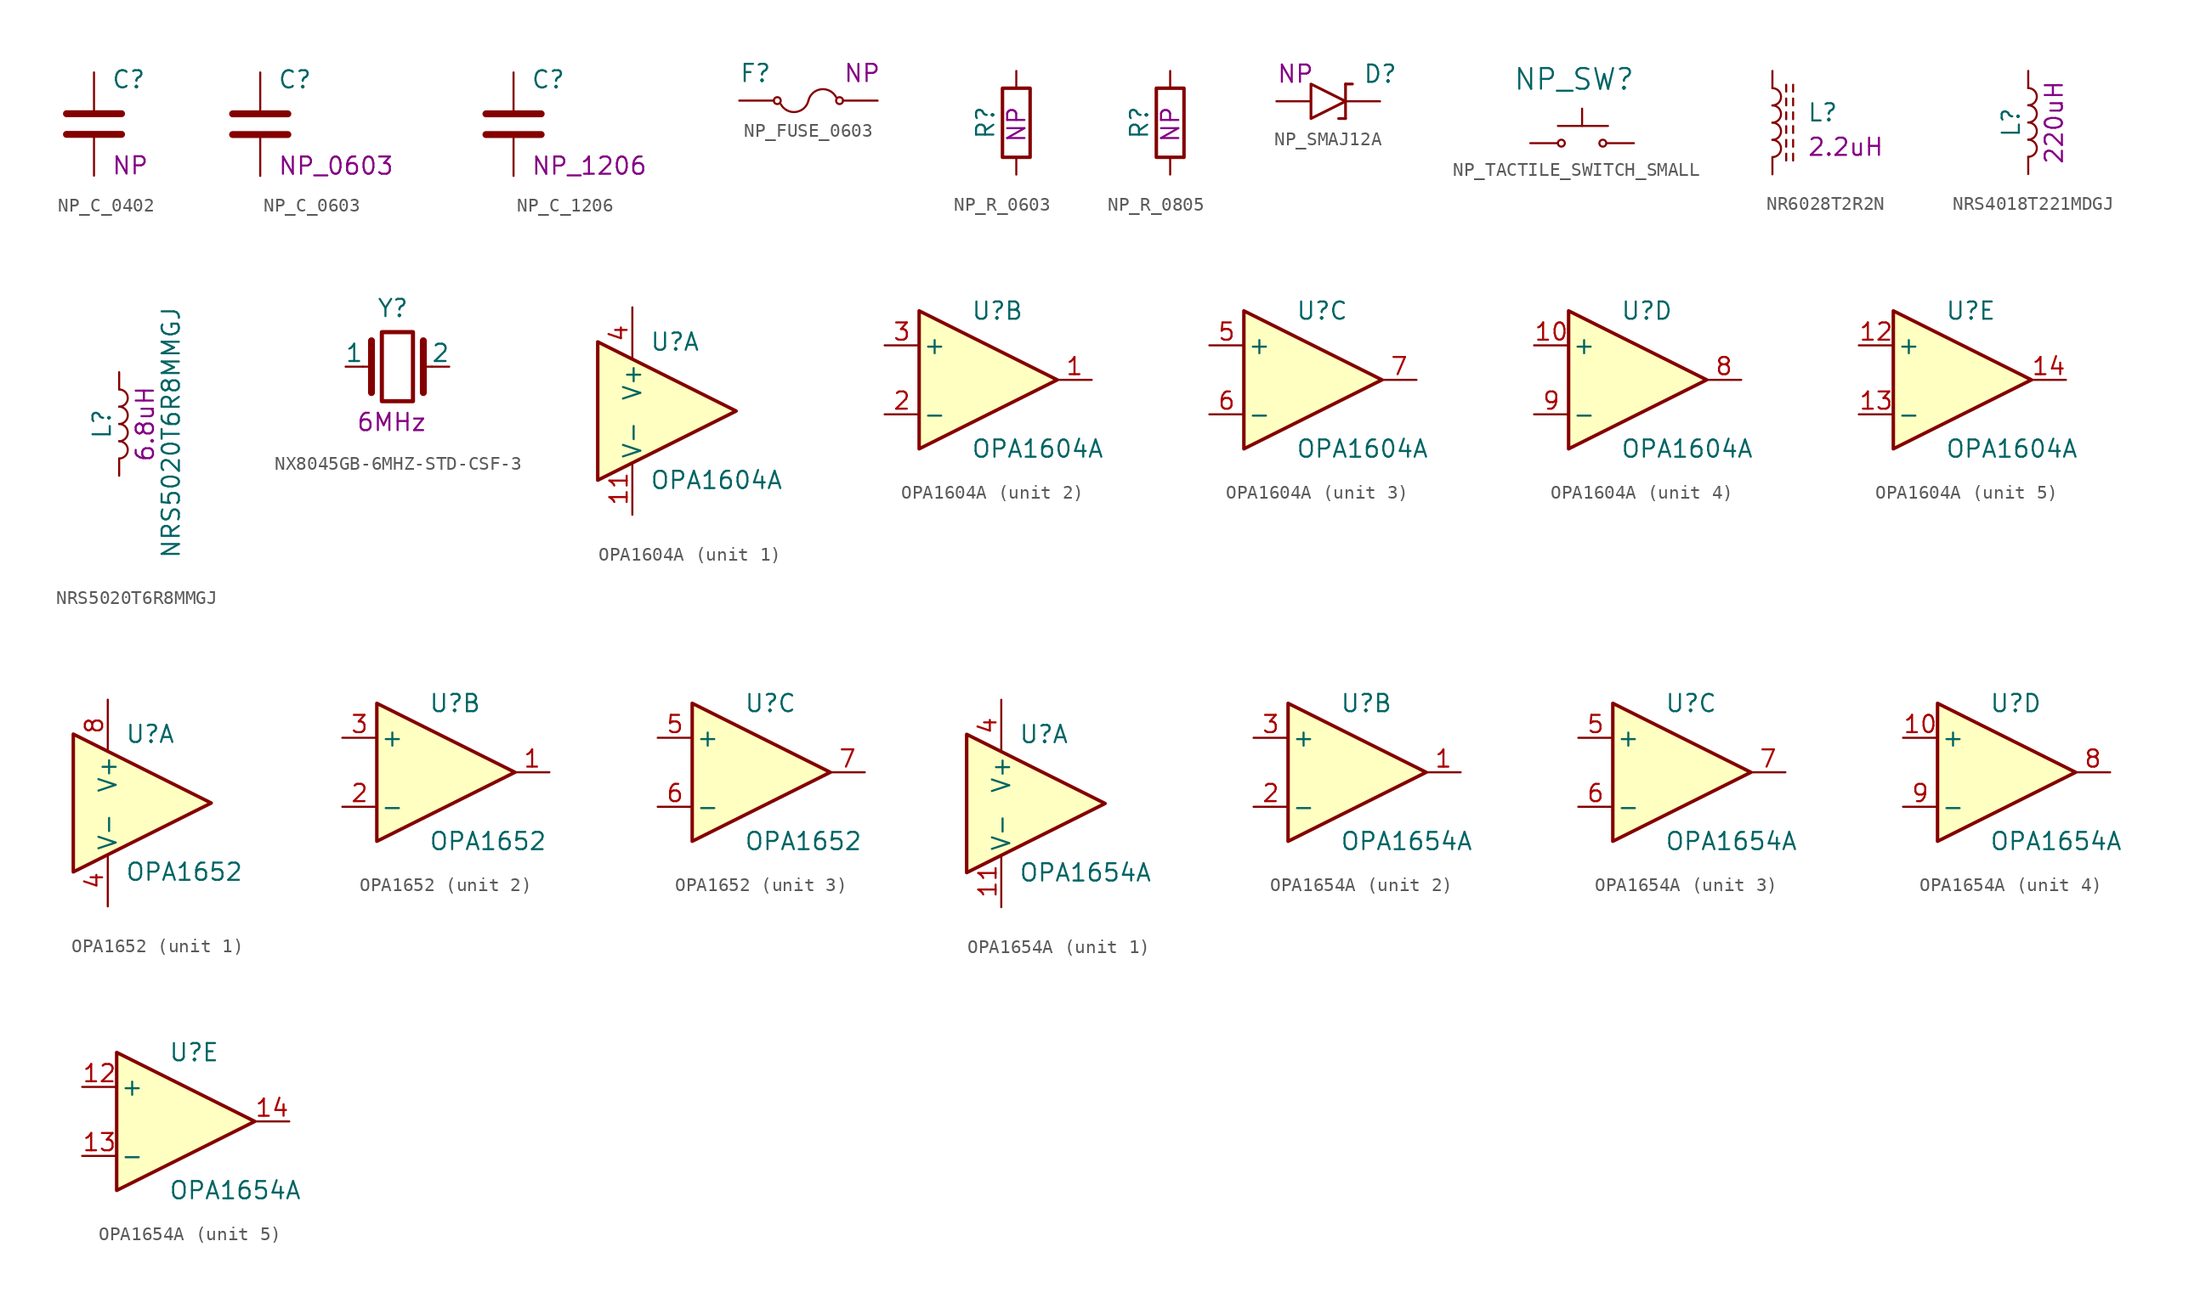
<source format=kicad_sym>
(kicad_symbol_lib
  (version 20210619)
  (generator kicad_symbol_editor)
  (symbol "custom:NP_C_0402"
    (pin_numbers hide)
    (pin_names
      (offset 0) hide)
    (property "Reference" "C"
      (at 1.27 2.54 0)
      (effects (font (size 1.27 1.27)) (justify left bottom)))
    (property "NP" "NP"
      (at 1.27 -3.81 0)
      (effects (font (size 1.27 1.27)) (justify left bottom)))
    (symbol "NP_C_0402_0_1"
      (polyline (pts (xy -2.032 -0.762) (xy 2.032 -0.762)) (stroke (width 0.508)) (fill (type none)))
      (polyline (pts (xy -2.032 0.762) (xy 2.032 0.762)) (stroke (width 0.508)) (fill (type none))))
    (symbol "NP_C_0402_1_1"
      (pin passive line (at 0 3.81 270) (length 2.794) (name "~" (effects (font (size 1.27 1.27)))) (number "1" (effects (font (size 1.27 1.27)))))
      (pin passive line (at 0 -3.81 90) (length 2.794) (name "~" (effects (font (size 1.27 1.27)))) (number "2" (effects (font (size 1.27 1.27)))))))
  (symbol "custom:NP_C_0603"
    (pin_numbers hide)
    (pin_names
      (offset 0) hide)
    (property "Reference" "C"
      (at 1.27 2.54 0)
      (effects (font (size 1.27 1.27)) (justify left bottom)))
    (property "NP" "NP_0603"
      (at 1.27 -3.81 0)
      (effects (font (size 1.27 1.27)) (justify left bottom)))
    (symbol "NP_C_0603_0_1"
      (polyline (pts (xy -2.032 -0.762) (xy 2.032 -0.762)) (stroke (width 0.508)) (fill (type none)))
      (polyline (pts (xy -2.032 0.762) (xy 2.032 0.762)) (stroke (width 0.508)) (fill (type none))))
    (symbol "NP_C_0603_1_1"
      (pin passive line (at 0 3.81 270) (length 2.794) (name "~" (effects (font (size 1.27 1.27)))) (number "1" (effects (font (size 1.27 1.27)))))
      (pin passive line (at 0 -3.81 90) (length 2.794) (name "~" (effects (font (size 1.27 1.27)))) (number "2" (effects (font (size 1.27 1.27)))))))
  (symbol "custom:NP_C_1206"
    (pin_numbers hide)
    (pin_names
      (offset 0) hide)
    (property "Reference" "C"
      (at 1.27 2.54 0)
      (effects (font (size 1.27 1.27)) (justify left bottom)))
    (property "NP" "NP_1206"
      (at 1.27 -3.81 0)
      (effects (font (size 1.27 1.27)) (justify left bottom)))
    (symbol "NP_C_1206_0_1"
      (polyline (pts (xy -2.032 -0.762) (xy 2.032 -0.762)) (stroke (width 0.508)) (fill (type none)))
      (polyline (pts (xy -2.032 0.762) (xy 2.032 0.762)) (stroke (width 0.508)) (fill (type none))))
    (symbol "NP_C_1206_1_1"
      (pin passive line (at 0 3.81 270) (length 2.794) (name "~" (effects (font (size 1.27 1.27)))) (number "1" (effects (font (size 1.27 1.27)))))
      (pin passive line (at 0 -3.81 90) (length 2.794) (name "~" (effects (font (size 1.27 1.27)))) (number "2" (effects (font (size 1.27 1.27)))))))
  (symbol "custom:NP_FUSE_0603"
    (pin_numbers hide)
    (pin_names
      (offset 1.016) hide)
    (property "Reference" "F"
      (at -5.08 1.27 0)
      (effects (font (size 1.27 1.27)) (justify left bottom)))
    (property "NP" "NP"
      (at 2.54 1.27 0)
      (effects (font (size 1.27 1.27)) (justify left bottom)))
    (symbol "NP_FUSE_0603_0_1"
      (arc (start -2.032 -0.254) (end 0 0) (radius (at -1.0668 0.254) (length 1.0922) (angles -152.2 -13.4)) (stroke (width 0)) (fill (type none)))
      (arc (start 0 0) (end 2.032 0.254) (radius (at 1.0668 -0.254) (length 1.0922) (angles 166.6 27.8)) (stroke (width 0)) (fill (type none)))
      (circle (center -2.286 0) (radius 0.254) (stroke (width 0)) (fill (type none)))
      (circle (center 2.286 0) (radius 0.254) (stroke (width 0)) (fill (type none))))
    (symbol "NP_FUSE_0603_1_1"
      (pin passive line (at -5.08 0 0) (length 2.54) (name "~" (effects (font (size 1.27 1.27)))) (number "1" (effects (font (size 1.27 1.27)))))
      (pin passive line (at 5.08 0 180) (length 2.54) (name "~" (effects (font (size 1.27 1.27)))) (number "2" (effects (font (size 1.27 1.27)))))))
  (symbol "custom:NP_R_0603"
    (pin_numbers hide)
    (pin_names
      (offset 0))
    (property "Reference" "R"
      (at -1.524 -1.27 90)
      (effects (font (size 1.27 1.27)) (justify left bottom)))
    (property "NOPOP" "NP"
      (at 0.762 -1.524 90)
      (effects (font (size 1.27 1.27)) (justify left bottom)))
    (symbol "NP_R_0603_0_1"
      (rectangle (start -1.016 -2.54) (end 1.016 2.54) (stroke (width 0.254)) (fill (type none))))
    (symbol "NP_R_0603_1_1"
      (pin passive line (at 0 3.81 270) (length 1.27) (name "~" (effects (font (size 1.27 1.27)))) (number "1" (effects (font (size 1.27 1.27)))))
      (pin passive line (at 0 -3.81 90) (length 1.27) (name "~" (effects (font (size 1.27 1.27)))) (number "2" (effects (font (size 1.27 1.27)))))))
  (symbol "custom:NP_R_0805"
    (pin_numbers hide)
    (pin_names
      (offset 0))
    (property "Reference" "R"
      (at -1.524 -1.27 90)
      (effects (font (size 1.27 1.27)) (justify left bottom)))
    (property "NOPOP" "NP"
      (at 0.762 -1.524 90)
      (effects (font (size 1.27 1.27)) (justify left bottom)))
    (symbol "NP_R_0805_0_1"
      (rectangle (start -1.016 -2.54) (end 1.016 2.54) (stroke (width 0.254)) (fill (type none))))
    (symbol "NP_R_0805_1_1"
      (pin passive line (at 0 3.81 270) (length 1.27) (name "~" (effects (font (size 1.27 1.27)))) (number "1" (effects (font (size 1.27 1.27)))))
      (pin passive line (at 0 -3.81 90) (length 1.27) (name "~" (effects (font (size 1.27 1.27)))) (number "2" (effects (font (size 1.27 1.27)))))))
  (symbol "custom:NP_SMAJ12A"
    (pin_numbers hide)
    (pin_names
      (offset 1.016) hide)
    (property "Reference" "D"
      (at 2.54 1.27 0)
      (effects (font (size 1.27 1.27)) (justify left bottom)))
    (property "NP" "NP"
      (at -3.81 1.27 0)
      (effects (font (size 1.27 1.27)) (justify left bottom)))
    (symbol "NP_SMAJ12A_0_1"
      (polyline (pts (xy 1.27 -1.27) (xy 0.762 -1.27)) (stroke (width 0.203)) (fill (type none)))
      (polyline (pts (xy 1.27 1.27) (xy 1.27 -1.27)) (stroke (width 0.203)) (fill (type none)))
      (polyline (pts (xy 1.27 1.27) (xy 1.778 1.27)) (stroke (width 0.203)) (fill (type none)))
      (polyline (pts (xy -1.27 1.27) (xy -1.27 -1.27) (xy 1.27 0) (xy -1.27 1.27)) (stroke (width 0.203)) (fill (type none))))
    (symbol "NP_SMAJ12A_1_1"
      (pin passive line (at 3.81 0 180) (length 2.54) (name "K" (effects (font (size 1.27 1.27)))) (number "1" (effects (font (size 1.27 1.27)))))
      (pin passive line (at -3.81 0 0) (length 2.54) (name "A" (effects (font (size 1.27 1.27)))) (number "2" (effects (font (size 1.27 1.27)))))))
  (symbol "custom:NP_TACTILE_SWITCH_SMALL"
    (pin_numbers hide)
    (pin_names
      (offset 1.016))
    (property "Reference" "NP_SW"
      (at -5.08 3.81 0)
      (effects (font (size 1.524 1.524)) (justify left bottom)))
    (symbol "NP_TACTILE_SWITCH_SMALL_0_1"
      (circle (center -1.524 0) (radius 0.254) (stroke (width 0)) (fill (type none)))
      (circle (center 1.524 0) (radius 0.254) (stroke (width 0)) (fill (type none)))
      (polyline (pts (xy -1.778 1.27) (xy 1.905 1.27)) (stroke (width 0)) (fill (type none)))
      (polyline (pts (xy 0 1.27) (xy 0 2.54)) (stroke (width 0)) (fill (type none))))
    (symbol "NP_TACTILE_SWITCH_SMALL_1_1"
      (pin bidirectional line (at -3.81 0 0) (length 2.007) (name "~" (effects (font (size 1.27 1.27)))) (number "1" (effects (font (size 1.27 1.27)))))
      (pin bidirectional line (at 3.81 0 180) (length 2.007) (name "~" (effects (font (size 1.27 1.27)))) (number "2" (effects (font (size 1.27 1.27)))))))
  (symbol "custom:NR6028T2R2N"
    (pin_numbers hide)
    (pin_names
      (offset 1.016) hide)
    (property "Reference" "L"
      (at 2.54 0 0)
      (effects (font (size 1.27 1.27)) (justify left bottom)))
    (property "Inductance" "2.2uH"
      (at 2.54 -2.54 0)
      (effects (font (size 1.27 1.27)) (justify left bottom)))
    (symbol "NR6028T2R2N_0_1"
      (arc (start 0 -2.54) (end 0 -1.27) (radius (at 0 -1.905) (length 0.635) (angles -89.9 89.9)) (stroke (width 0)) (fill (type none)))
      (arc (start 0 -1.27) (end 0 0) (radius (at 0 -0.635) (length 0.635) (angles -89.9 89.9)) (stroke (width 0)) (fill (type none)))
      (arc (start 0 0) (end 0 1.27) (radius (at 0 0.635) (length 0.635) (angles -89.9 89.9)) (stroke (width 0)) (fill (type none)))
      (arc (start 0 1.27) (end 0 2.54) (radius (at 0 1.905) (length 0.635) (angles -89.9 89.9)) (stroke (width 0)) (fill (type none)))
      (polyline (pts (xy 1.016 -2.794) (xy 1.016 -2.286)) (stroke (width 0)) (fill (type none)))
      (polyline (pts (xy 1.016 -1.778) (xy 1.016 -1.27)) (stroke (width 0)) (fill (type none)))
      (polyline (pts (xy 1.016 -0.762) (xy 1.016 -0.254)) (stroke (width 0)) (fill (type none)))
      (polyline (pts (xy 1.016 0.254) (xy 1.016 0.762)) (stroke (width 0)) (fill (type none)))
      (polyline (pts (xy 1.016 1.27) (xy 1.016 1.778)) (stroke (width 0)) (fill (type none)))
      (polyline (pts (xy 1.016 2.286) (xy 1.016 2.794)) (stroke (width 0)) (fill (type none)))
      (polyline (pts (xy 1.524 -2.286) (xy 1.524 -2.794)) (stroke (width 0)) (fill (type none)))
      (polyline (pts (xy 1.524 -1.27) (xy 1.524 -1.778)) (stroke (width 0)) (fill (type none)))
      (polyline (pts (xy 1.524 -0.254) (xy 1.524 -0.762)) (stroke (width 0)) (fill (type none)))
      (polyline (pts (xy 1.524 0.762) (xy 1.524 0.254)) (stroke (width 0)) (fill (type none)))
      (polyline (pts (xy 1.524 1.778) (xy 1.524 1.27)) (stroke (width 0)) (fill (type none)))
      (polyline (pts (xy 1.524 2.794) (xy 1.524 2.286)) (stroke (width 0)) (fill (type none))))
    (symbol "NR6028T2R2N_1_1"
      (pin passive line (at 0 3.81 270) (length 1.27) (name "1" (effects (font (size 1.27 1.27)))) (number "1" (effects (font (size 1.27 1.27)))))
      (pin passive line (at 0 -3.81 90) (length 1.27) (name "2" (effects (font (size 1.27 1.27)))) (number "2" (effects (font (size 1.27 1.27)))))))
  (symbol "custom:NRS4018T221MDGJ"
    (pin_numbers hide)
    (pin_names
      (offset 1.016) hide)
    (property "Reference" "L"
      (at -1.27 0 90)
      (effects (font (size 1.27 1.27))))
    (property "INDUCTANCE" "220uH"
      (at 1.905 0 90)
      (effects (font (size 1.27 1.27))))
    (symbol "NRS4018T221MDGJ_0_1"
      (arc (start 0 -2.54) (end 0 -1.27) (radius (at 0 -1.905) (length 0.635) (angles -89.9 89.9)) (stroke (width 0)) (fill (type none)))
      (arc (start 0 -1.27) (end 0 0) (radius (at 0 -0.635) (length 0.635) (angles -89.9 89.9)) (stroke (width 0)) (fill (type none)))
      (arc (start 0 0) (end 0 1.27) (radius (at 0 0.635) (length 0.635) (angles -89.9 89.9)) (stroke (width 0)) (fill (type none)))
      (arc (start 0 1.27) (end 0 2.54) (radius (at 0 1.905) (length 0.635) (angles -89.9 89.9)) (stroke (width 0)) (fill (type none))))
    (symbol "NRS4018T221MDGJ_1_1"
      (pin passive line (at 0 3.81 270) (length 1.27) (name "1" (effects (font (size 1.27 1.27)))) (number "1" (effects (font (size 1.27 1.27)))))
      (pin passive line (at 0 -3.81 90) (length 1.27) (name "2" (effects (font (size 1.27 1.27)))) (number "2" (effects (font (size 1.27 1.27)))))))
  (symbol "custom:NRS5020T6R8MMGJ"
    (pin_numbers hide)
    (pin_names
      (offset 1.016) hide)
    (property "Reference" "L"
      (at -1.27 0 90)
      (effects (font (size 1.27 1.27))))
    (property "Value" "NRS5020T6R8MMGJ"
      (at 3.81 -0.635 90)
      (effects (font (size 1.27 1.27))))
    (property "INDUCTANCE" "6.8uH"
      (at 1.905 0 90)
      (effects (font (size 1.27 1.27))))
    (symbol "NRS5020T6R8MMGJ_0_1"
      (arc (start 0 -2.54) (end 0 -1.27) (radius (at 0 -1.905) (length 0.635) (angles -89.9 89.9)) (stroke (width 0)) (fill (type none)))
      (arc (start 0 -1.27) (end 0 0) (radius (at 0 -0.635) (length 0.635) (angles -89.9 89.9)) (stroke (width 0)) (fill (type none)))
      (arc (start 0 0) (end 0 1.27) (radius (at 0 0.635) (length 0.635) (angles -89.9 89.9)) (stroke (width 0)) (fill (type none)))
      (arc (start 0 1.27) (end 0 2.54) (radius (at 0 1.905) (length 0.635) (angles -89.9 89.9)) (stroke (width 0)) (fill (type none))))
    (symbol "NRS5020T6R8MMGJ_1_1"
      (pin passive line (at 0 3.81 270) (length 1.27) (name "1" (effects (font (size 1.27 1.27)))) (number "1" (effects (font (size 1.27 1.27)))))
      (pin passive line (at 0 -3.81 90) (length 1.27) (name "2" (effects (font (size 1.27 1.27)))) (number "2" (effects (font (size 1.27 1.27)))))))
  (symbol "custom:NX8045GB-6MHZ-STD-CSF-3"
    (pin_numbers hide)
    (pin_names
      (offset 0))
    (property "Reference" "Y"
      (at -1.524 3.556 0)
      (effects (font (size 1.27 1.27)) (justify left bottom)))
    (property "Frequency" "6MHz"
      (at -3.048 -4.826 0)
      (effects (font (size 1.27 1.27)) (justify left bottom)))
    (symbol "NX8045GB-6MHZ-STD-CSF-3_0_1"
      (rectangle (start -1.143 2.54) (end 1.143 -2.54) (stroke (width 0.305)) (fill (type none)))
      (polyline (pts (xy -2.54 0) (xy -1.905 0)) (stroke (width 0)) (fill (type none)))
      (polyline (pts (xy -1.905 -1.905) (xy -1.905 1.905)) (stroke (width 0.508)) (fill (type none)))
      (polyline (pts (xy 1.905 -1.905) (xy 1.905 1.905)) (stroke (width 0.508)) (fill (type none)))
      (polyline (pts (xy 2.54 0) (xy 1.905 0)) (stroke (width 0)) (fill (type none))))
    (symbol "NX8045GB-6MHZ-STD-CSF-3_1_1"
      (pin passive line (at -3.81 0 0) (length 1.27) (name "1" (effects (font (size 1.27 1.27)))) (number "1" (effects (font (size 1.27 1.27)))))
      (pin passive line (at 3.81 0 180) (length 1.27) (name "2" (effects (font (size 1.27 1.27)))) (number "2" (effects (font (size 1.27 1.27)))))))
  (symbol "custom:OPA1604A"
    (pin_names
      (offset 0.254))
    (property "Reference" "U"
      (at -1.27 5.08 0)
      (effects (font (size 1.27 1.27)) (justify left)))
    (property "Value" "OPA1604A"
      (at -1.27 -5.08 0)
      (effects (font (size 1.27 1.27)) (justify left)))
    (property "ki_locked" ""
      (at 0 0 0)
      (effects (font (size 1.27 1.27))))
    (symbol "OPA1604A_0_1"
      (polyline (pts (xy 5.08 0) (xy -5.08 5.08) (xy -5.08 -5.08) (xy 5.08 0)) (stroke (width 0.254)) (fill (type background))))
    (symbol "OPA1604A_1_1"
      (pin power_in line (at -2.54 -7.62 90) (length 3.81) (name "V-" (effects (font (size 1.27 1.27)))) (number "11" (effects (font (size 1.27 1.27)))))
      (pin power_in line (at -2.54 7.62 270) (length 3.81) (name "V+" (effects (font (size 1.27 1.27)))) (number "4" (effects (font (size 1.27 1.27))))))
    (symbol "OPA1604A_2_1"
      (pin output line (at 7.62 0 180) (length 2.54) (name "~" (effects (font (size 1.27 1.27)))) (number "1" (effects (font (size 1.27 1.27)))))
      (pin input line (at -7.62 -2.54 0) (length 2.54) (name "-" (effects (font (size 1.27 1.27)))) (number "2" (effects (font (size 1.27 1.27)))))
      (pin input line (at -7.62 2.54 0) (length 2.54) (name "+" (effects (font (size 1.27 1.27)))) (number "3" (effects (font (size 1.27 1.27))))))
    (symbol "OPA1604A_3_1"
      (pin input line (at -7.62 2.54 0) (length 2.54) (name "+" (effects (font (size 1.27 1.27)))) (number "5" (effects (font (size 1.27 1.27)))))
      (pin input line (at -7.62 -2.54 0) (length 2.54) (name "-" (effects (font (size 1.27 1.27)))) (number "6" (effects (font (size 1.27 1.27)))))
      (pin output line (at 7.62 0 180) (length 2.54) (name "~" (effects (font (size 1.27 1.27)))) (number "7" (effects (font (size 1.27 1.27))))))
    (symbol "OPA1604A_4_1"
      (pin input line (at -7.62 2.54 0) (length 2.54) (name "+" (effects (font (size 1.27 1.27)))) (number "10" (effects (font (size 1.27 1.27)))))
      (pin output line (at 7.62 0 180) (length 2.54) (name "~" (effects (font (size 1.27 1.27)))) (number "8" (effects (font (size 1.27 1.27)))))
      (pin input line (at -7.62 -2.54 0) (length 2.54) (name "-" (effects (font (size 1.27 1.27)))) (number "9" (effects (font (size 1.27 1.27))))))
    (symbol "OPA1604A_5_1"
      (pin input line (at -7.62 2.54 0) (length 2.54) (name "+" (effects (font (size 1.27 1.27)))) (number "12" (effects (font (size 1.27 1.27)))))
      (pin input line (at -7.62 -2.54 0) (length 2.54) (name "-" (effects (font (size 1.27 1.27)))) (number "13" (effects (font (size 1.27 1.27)))))
      (pin output line (at 7.62 0 180) (length 2.54) (name "~" (effects (font (size 1.27 1.27)))) (number "14" (effects (font (size 1.27 1.27)))))))
  (symbol "custom:OPA1652"
    (pin_names
      (offset 0.254))
    (property "Reference" "U"
      (at -1.27 5.08 0)
      (effects (font (size 1.27 1.27)) (justify left)))
    (property "Value" "OPA1652"
      (at -1.27 -5.08 0)
      (effects (font (size 1.27 1.27)) (justify left)))
    (property "ki_locked" ""
      (at 0 0 0)
      (effects (font (size 1.27 1.27))))
    (symbol "OPA1652_0_1"
      (polyline (pts (xy 5.08 0) (xy -5.08 5.08) (xy -5.08 -5.08) (xy 5.08 0)) (stroke (width 0.254)) (fill (type background))))
    (symbol "OPA1652_1_1"
      (pin power_in line (at -2.54 -7.62 90) (length 3.81) (name "V-" (effects (font (size 1.27 1.27)))) (number "4" (effects (font (size 1.27 1.27)))))
      (pin power_in line (at -2.54 7.62 270) (length 3.81) (name "V+" (effects (font (size 1.27 1.27)))) (number "8" (effects (font (size 1.27 1.27))))))
    (symbol "OPA1652_2_1"
      (pin output line (at 7.62 0 180) (length 2.54) (name "~" (effects (font (size 1.27 1.27)))) (number "1" (effects (font (size 1.27 1.27)))))
      (pin input line (at -7.62 -2.54 0) (length 2.54) (name "-" (effects (font (size 1.27 1.27)))) (number "2" (effects (font (size 1.27 1.27)))))
      (pin input line (at -7.62 2.54 0) (length 2.54) (name "+" (effects (font (size 1.27 1.27)))) (number "3" (effects (font (size 1.27 1.27))))))
    (symbol "OPA1652_3_1"
      (pin input line (at -7.62 2.54 0) (length 2.54) (name "+" (effects (font (size 1.27 1.27)))) (number "5" (effects (font (size 1.27 1.27)))))
      (pin input line (at -7.62 -2.54 0) (length 2.54) (name "-" (effects (font (size 1.27 1.27)))) (number "6" (effects (font (size 1.27 1.27)))))
      (pin output line (at 7.62 0 180) (length 2.54) (name "~" (effects (font (size 1.27 1.27)))) (number "7" (effects (font (size 1.27 1.27)))))))
  (symbol "custom:OPA1654A"
    (pin_names
      (offset 0.254))
    (property "Reference" "U"
      (at -1.27 5.08 0)
      (effects (font (size 1.27 1.27)) (justify left)))
    (property "Value" "OPA1654A"
      (at -1.27 -5.08 0)
      (effects (font (size 1.27 1.27)) (justify left)))
    (property "ki_locked" ""
      (at 0 0 0)
      (effects (font (size 1.27 1.27))))
    (symbol "OPA1654A_0_1"
      (polyline (pts (xy 5.08 0) (xy -5.08 5.08) (xy -5.08 -5.08) (xy 5.08 0)) (stroke (width 0.254)) (fill (type background))))
    (symbol "OPA1654A_1_1"
      (pin power_in line (at -2.54 -7.62 90) (length 3.81) (name "V-" (effects (font (size 1.27 1.27)))) (number "11" (effects (font (size 1.27 1.27)))))
      (pin power_in line (at -2.54 7.62 270) (length 3.81) (name "V+" (effects (font (size 1.27 1.27)))) (number "4" (effects (font (size 1.27 1.27))))))
    (symbol "OPA1654A_2_1"
      (pin output line (at 7.62 0 180) (length 2.54) (name "~" (effects (font (size 1.27 1.27)))) (number "1" (effects (font (size 1.27 1.27)))))
      (pin input line (at -7.62 -2.54 0) (length 2.54) (name "-" (effects (font (size 1.27 1.27)))) (number "2" (effects (font (size 1.27 1.27)))))
      (pin input line (at -7.62 2.54 0) (length 2.54) (name "+" (effects (font (size 1.27 1.27)))) (number "3" (effects (font (size 1.27 1.27))))))
    (symbol "OPA1654A_3_1"
      (pin input line (at -7.62 2.54 0) (length 2.54) (name "+" (effects (font (size 1.27 1.27)))) (number "5" (effects (font (size 1.27 1.27)))))
      (pin input line (at -7.62 -2.54 0) (length 2.54) (name "-" (effects (font (size 1.27 1.27)))) (number "6" (effects (font (size 1.27 1.27)))))
      (pin output line (at 7.62 0 180) (length 2.54) (name "~" (effects (font (size 1.27 1.27)))) (number "7" (effects (font (size 1.27 1.27))))))
    (symbol "OPA1654A_4_1"
      (pin input line (at -7.62 2.54 0) (length 2.54) (name "+" (effects (font (size 1.27 1.27)))) (number "10" (effects (font (size 1.27 1.27)))))
      (pin output line (at 7.62 0 180) (length 2.54) (name "~" (effects (font (size 1.27 1.27)))) (number "8" (effects (font (size 1.27 1.27)))))
      (pin input line (at -7.62 -2.54 0) (length 2.54) (name "-" (effects (font (size 1.27 1.27)))) (number "9" (effects (font (size 1.27 1.27))))))
    (symbol "OPA1654A_5_1"
      (pin input line (at -7.62 2.54 0) (length 2.54) (name "+" (effects (font (size 1.27 1.27)))) (number "12" (effects (font (size 1.27 1.27)))))
      (pin input line (at -7.62 -2.54 0) (length 2.54) (name "-" (effects (font (size 1.27 1.27)))) (number "13" (effects (font (size 1.27 1.27)))))
      (pin output line (at 7.62 0 180) (length 2.54) (name "~" (effects (font (size 1.27 1.27)))) (number "14" (effects (font (size 1.27 1.27))))))))
</source>
